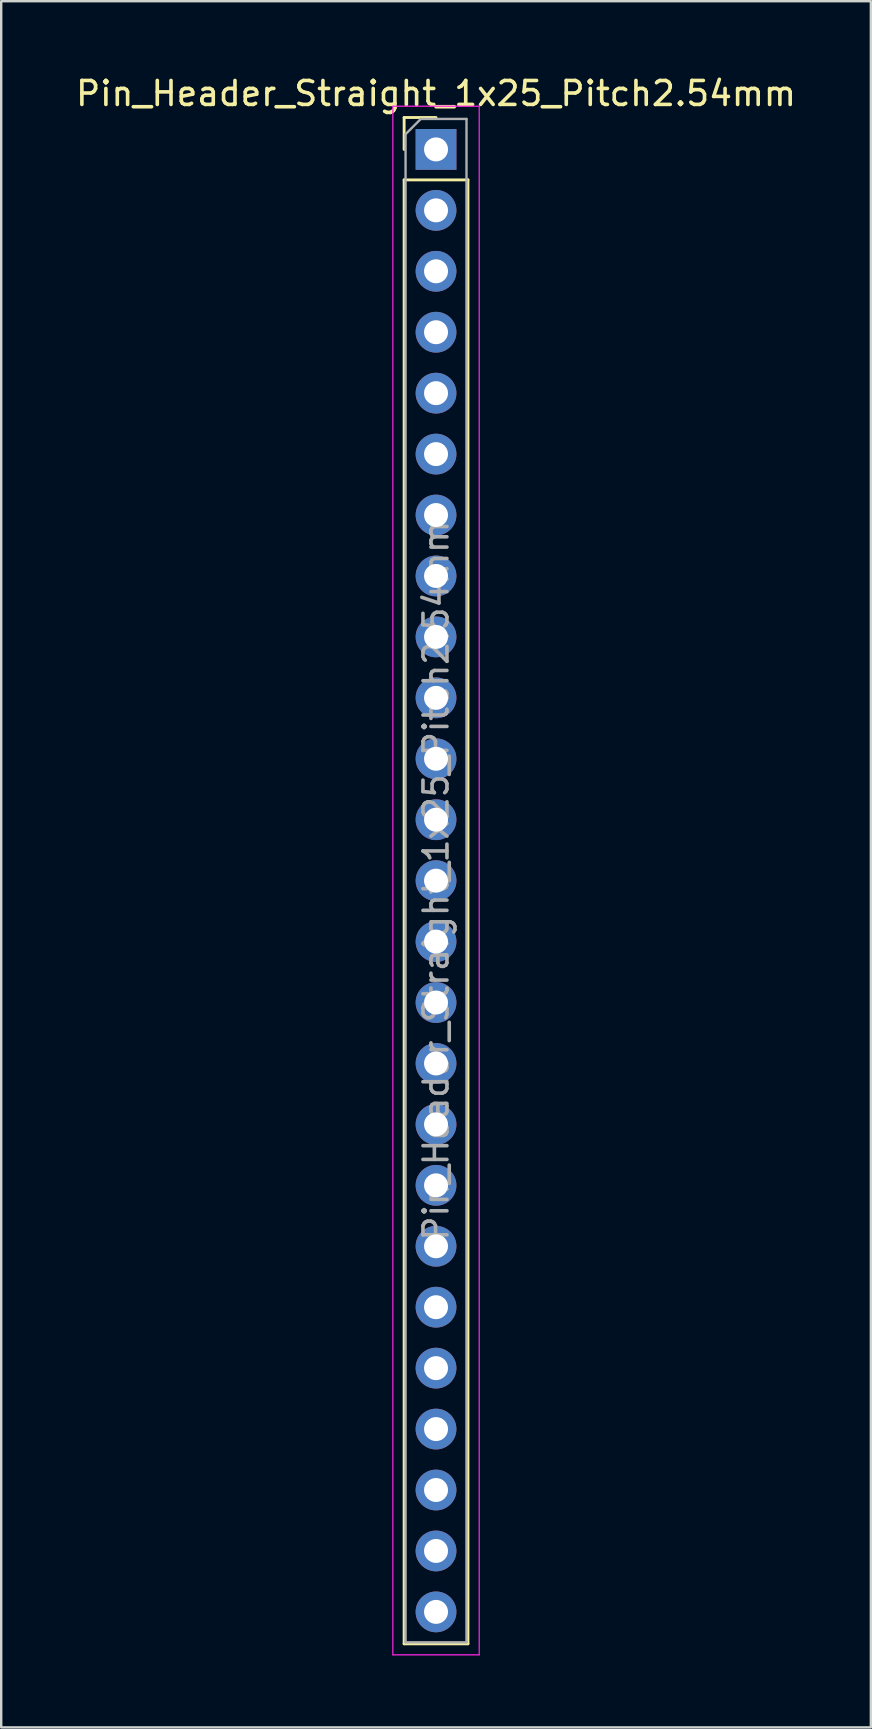
<source format=kicad_pcb>
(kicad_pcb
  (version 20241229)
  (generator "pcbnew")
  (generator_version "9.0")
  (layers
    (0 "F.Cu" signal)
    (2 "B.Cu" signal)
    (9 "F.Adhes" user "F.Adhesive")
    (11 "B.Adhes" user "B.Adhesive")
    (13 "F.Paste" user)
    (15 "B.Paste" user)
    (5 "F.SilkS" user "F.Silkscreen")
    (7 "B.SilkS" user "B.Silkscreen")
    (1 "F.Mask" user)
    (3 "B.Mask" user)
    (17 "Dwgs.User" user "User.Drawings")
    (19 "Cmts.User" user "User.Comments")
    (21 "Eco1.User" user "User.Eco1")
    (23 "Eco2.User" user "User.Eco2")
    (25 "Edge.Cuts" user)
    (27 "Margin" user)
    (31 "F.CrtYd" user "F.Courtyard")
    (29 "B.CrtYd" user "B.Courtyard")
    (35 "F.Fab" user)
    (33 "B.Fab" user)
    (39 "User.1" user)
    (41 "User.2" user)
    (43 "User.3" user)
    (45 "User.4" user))
  (footprint "Pin_Header_Straight_1x25_Pitch2.54mm"
    (layer "F.Cu")
    (at 15.125 3.178)
    (property "Reference" "Pin_Header_Straight_1x25_Pitch2.54mm" (at 0 -2.33 0) (layer "F.SilkS") (effects (font (size 1 1) (thickness 0.15))))
    (attr through_hole)
    (fp_line (start -1.33 -1.33) (end 0 -1.33) (stroke (width 0.12) (type solid)) (layer "F.SilkS"))
    (fp_line (start -1.33 0) (end -1.33 -1.33) (stroke (width 0.12) (type solid)) (layer "F.SilkS"))
    (fp_line (start -1.33 1.27) (end -1.33 62.29) (stroke (width 0.12) (type solid)) (layer "F.SilkS"))
    (fp_line (start -1.33 62.29) (end 1.33 62.29) (stroke (width 0.12) (type solid)) (layer "F.SilkS"))
    (fp_line (start 1.33 1.27) (end -1.33 1.27) (stroke (width 0.12) (type solid)) (layer "F.SilkS"))
    (fp_line (start 1.33 62.29) (end 1.33 1.27) (stroke (width 0.12) (type solid)) (layer "F.SilkS"))
    (fp_line (start -1.8 -1.8) (end -1.8 62.75) (stroke (width 0.05) (type solid)) (layer "F.CrtYd"))
    (fp_line (start -1.8 62.75) (end 1.8 62.75) (stroke (width 0.05) (type solid)) (layer "F.CrtYd"))
    (fp_line (start 1.8 -1.8) (end -1.8 -1.8) (stroke (width 0.05) (type solid)) (layer "F.CrtYd"))
    (fp_line (start 1.8 62.75) (end 1.8 -1.8) (stroke (width 0.05) (type solid)) (layer "F.CrtYd"))
    (fp_line (start -1.27 -0.635) (end -0.635 -1.27) (stroke (width 0.1) (type solid)) (layer "F.Fab"))
    (fp_line (start -1.27 62.23) (end -1.27 -0.635) (stroke (width 0.1) (type solid)) (layer "F.Fab"))
    (fp_line (start -0.635 -1.27) (end 1.27 -1.27) (stroke (width 0.1) (type solid)) (layer "F.Fab"))
    (fp_line (start 1.27 -1.27) (end 1.27 62.23) (stroke (width 0.1) (type solid)) (layer "F.Fab"))
    (fp_line (start 1.27 62.23) (end -1.27 62.23) (stroke (width 0.1) (type solid)) (layer "F.Fab"))
    (fp_text user "${REFERENCE}" (at 0 30.48 90) (layer "F.Fab") (effects (font (size 1 1) (thickness 0.15))))
    (pad "1" thru_hole rect (at 0 0) (size 1.7 1.7) (drill 1) (layers "*.Cu" "*.Mask"))
    (pad "2" thru_hole oval (at 0 2.54) (size 1.7 1.7) (drill 1) (layers "*.Cu" "*.Mask"))
    (pad "3" thru_hole oval (at 0 5.08) (size 1.7 1.7) (drill 1) (layers "*.Cu" "*.Mask"))
    (pad "4" thru_hole oval (at 0 7.62) (size 1.7 1.7) (drill 1) (layers "*.Cu" "*.Mask"))
    (pad "5" thru_hole oval (at 0 10.16) (size 1.7 1.7) (drill 1) (layers "*.Cu" "*.Mask"))
    (pad "6" thru_hole oval (at 0 12.7) (size 1.7 1.7) (drill 1) (layers "*.Cu" "*.Mask"))
    (pad "7" thru_hole oval (at 0 15.24) (size 1.7 1.7) (drill 1) (layers "*.Cu" "*.Mask"))
    (pad "8" thru_hole oval (at 0 17.78) (size 1.7 1.7) (drill 1) (layers "*.Cu" "*.Mask"))
    (pad "9" thru_hole oval (at 0 20.32) (size 1.7 1.7) (drill 1) (layers "*.Cu" "*.Mask"))
    (pad "10" thru_hole oval (at 0 22.86) (size 1.7 1.7) (drill 1) (layers "*.Cu" "*.Mask"))
    (pad "11" thru_hole oval (at 0 25.4) (size 1.7 1.7) (drill 1) (layers "*.Cu" "*.Mask"))
    (pad "12" thru_hole oval (at 0 27.94) (size 1.7 1.7) (drill 1) (layers "*.Cu" "*.Mask"))
    (pad "13" thru_hole oval (at 0 30.48) (size 1.7 1.7) (drill 1) (layers "*.Cu" "*.Mask"))
    (pad "14" thru_hole oval (at 0 33.02) (size 1.7 1.7) (drill 1) (layers "*.Cu" "*.Mask"))
    (pad "15" thru_hole oval (at 0 35.56) (size 1.7 1.7) (drill 1) (layers "*.Cu" "*.Mask"))
    (pad "16" thru_hole oval (at 0 38.1) (size 1.7 1.7) (drill 1) (layers "*.Cu" "*.Mask"))
    (pad "17" thru_hole oval (at 0 40.64) (size 1.7 1.7) (drill 1) (layers "*.Cu" "*.Mask"))
    (pad "18" thru_hole oval (at 0 43.18) (size 1.7 1.7) (drill 1) (layers "*.Cu" "*.Mask"))
    (pad "19" thru_hole oval (at 0 45.72) (size 1.7 1.7) (drill 1) (layers "*.Cu" "*.Mask"))
    (pad "20" thru_hole oval (at 0 48.26) (size 1.7 1.7) (drill 1) (layers "*.Cu" "*.Mask"))
    (pad "21" thru_hole oval (at 0 50.8) (size 1.7 1.7) (drill 1) (layers "*.Cu" "*.Mask"))
    (pad "22" thru_hole oval (at 0 53.34) (size 1.7 1.7) (drill 1) (layers "*.Cu" "*.Mask"))
    (pad "23" thru_hole oval (at 0 55.88) (size 1.7 1.7) (drill 1) (layers "*.Cu" "*.Mask"))
    (pad "24" thru_hole oval (at 0 58.42) (size 1.7 1.7) (drill 1) (layers "*.Cu" "*.Mask"))
    (pad "25" thru_hole oval (at 0 60.96) (size 1.7 1.7) (drill 1) (layers "*.Cu" "*.Mask")))
  (gr_rect
    (start -3 -3)
    (end 33.25 68.953)
    (stroke (width 0.1) (type default))
    (fill no)
    (layer "Edge.Cuts")))
</source>
